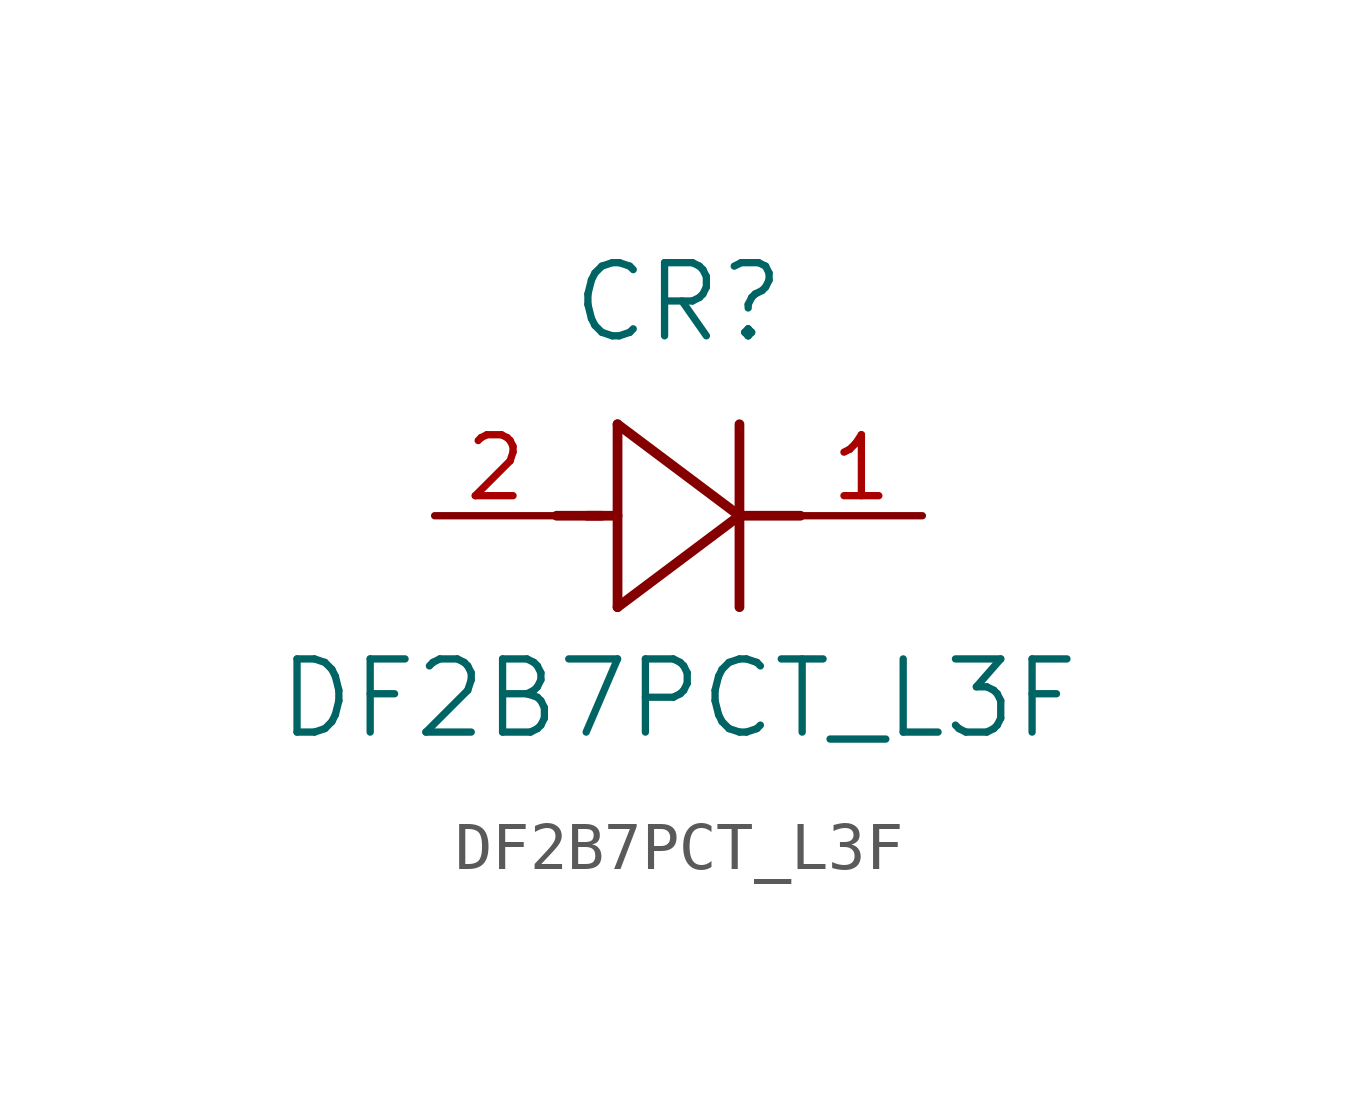
<source format=kicad_sym>
(kicad_symbol_lib
  (version 20211014)
  (generator kicad_symbol_editor)
  (symbol "DF2B7PCT_L3F"
    (pin_names
      (offset 0.254))
    (property "Reference" "CR"
      (at 5.08 4.445 0)
      (effects (font (size 1.524 1.524))))
    (property "Value" "DF2B7PCT_L3F"
      (at 5.08 -3.81 0)
      (effects (font (size 1.524 1.524))))
    (symbol "DF2B7PCT_L3F_0_1"
      (polyline (pts (xy 2.54 0) (xy 3.48 0)) (stroke (width 0.203) (type default) (color 0 0 0 0)) (fill (type none)))
      (polyline (pts (xy 3.81 1.905) (xy 3.81 -1.905)) (stroke (width 0.203) (type default) (color 0 0 0 0)) (fill (type none)))
      (polyline (pts (xy 3.175 0) (xy 3.81 0)) (stroke (width 0.203) (type default) (color 0 0 0 0)) (fill (type none)))
      (polyline (pts (xy 6.35 -1.905) (xy 6.35 1.905)) (stroke (width 0.203) (type default) (color 0 0 0 0)) (fill (type none)))
      (polyline (pts (xy 6.35 0) (xy 7.62 0)) (stroke (width 0.203) (type default) (color 0 0 0 0)) (fill (type none)))
      (polyline (pts (xy 6.35 0) (xy 3.81 1.905)) (stroke (width 0.203) (type default) (color 0 0 0 0)) (fill (type none)))
      (polyline (pts (xy 3.81 -1.905) (xy 6.35 0)) (stroke (width 0.203) (type default) (color 0 0 0 0)) (fill (type none)))
      (pin unspecified line (at 0 0 0) (length 2.54) (name "" (effects (font (size 1.27 1.27)))) (number "2" (effects (font (size 1.27 1.27)))))
      (pin unspecified line (at 10.16 0 180) (length 2.54) (name "" (effects (font (size 1.27 1.27)))) (number "1" (effects (font (size 1.27 1.27))))))))
</source>
